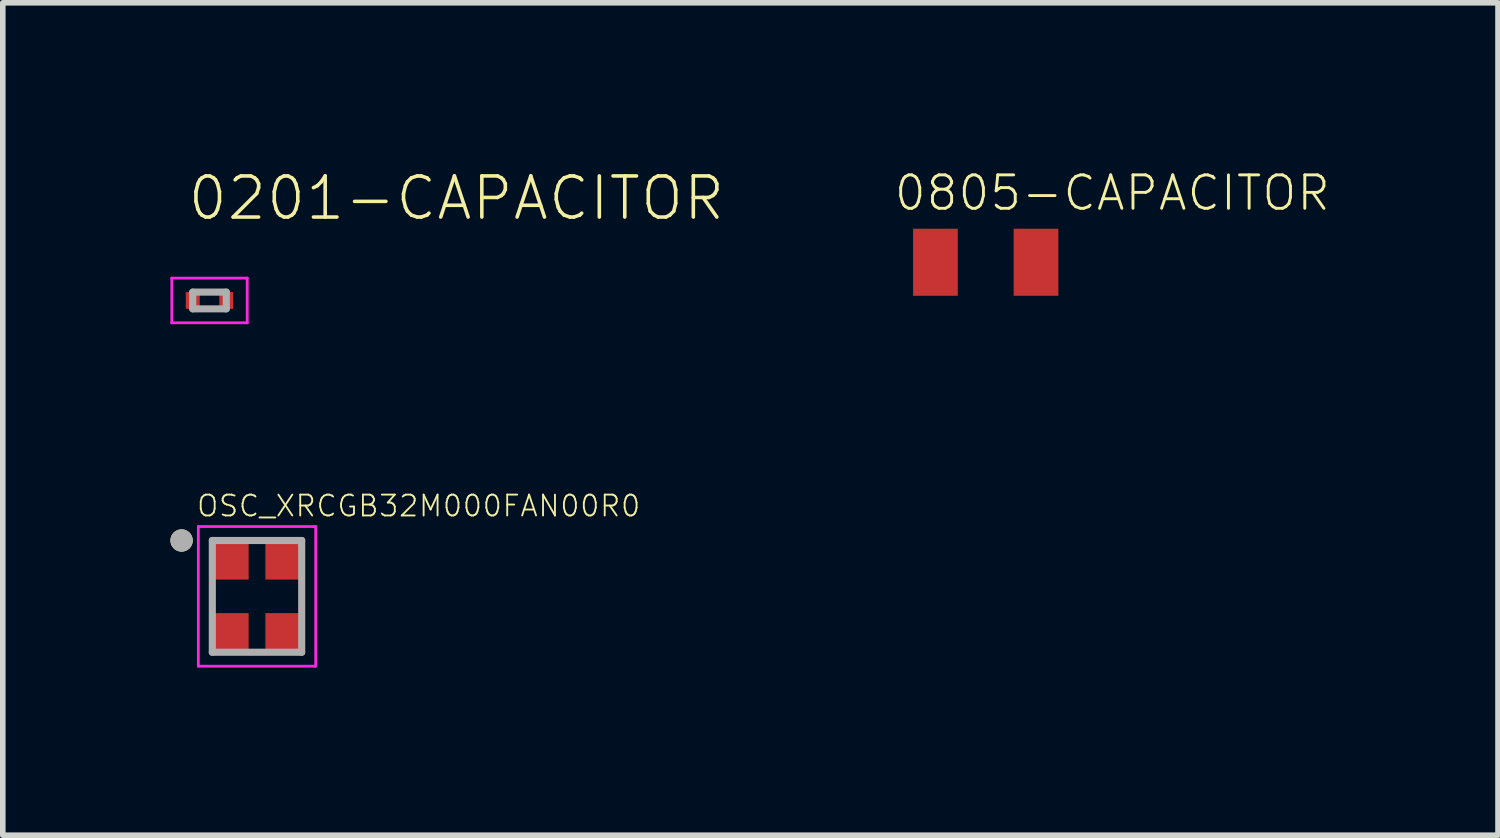
<source format=kicad_pcb>
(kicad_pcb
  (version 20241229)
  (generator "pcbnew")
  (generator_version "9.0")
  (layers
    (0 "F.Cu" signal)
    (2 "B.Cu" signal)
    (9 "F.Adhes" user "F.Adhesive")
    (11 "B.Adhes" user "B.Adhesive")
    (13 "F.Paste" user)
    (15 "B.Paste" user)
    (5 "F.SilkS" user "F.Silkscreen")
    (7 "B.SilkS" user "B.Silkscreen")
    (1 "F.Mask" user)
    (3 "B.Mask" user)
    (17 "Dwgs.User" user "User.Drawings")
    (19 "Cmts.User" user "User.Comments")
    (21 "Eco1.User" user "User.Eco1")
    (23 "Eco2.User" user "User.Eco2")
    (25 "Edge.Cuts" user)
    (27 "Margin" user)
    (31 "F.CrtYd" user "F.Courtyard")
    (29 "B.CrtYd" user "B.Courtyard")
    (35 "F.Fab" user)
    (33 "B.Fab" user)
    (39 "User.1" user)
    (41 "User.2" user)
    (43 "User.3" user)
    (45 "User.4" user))
  (footprint "0201-CAPACITOR"
    (layer "F.Cu")
    (at 0.7 2.328)
    (property "Reference" "0201-CAPACITOR" (at -0.425 -1.4 0) (unlocked yes) (layer "F.SilkS") (effects (font (size 0.736 0.736) (thickness 0.064)) (justify left bottom)))
    (fp_line (start -0.675 -0.4) (end -0.675 0.4) (stroke (width 0.05) (type solid)) (layer "F.CrtYd"))
    (fp_line (start -0.675 0.4) (end 0.675 0.4) (stroke (width 0.05) (type solid)) (layer "F.CrtYd"))
    (fp_line (start 0.675 -0.4) (end -0.675 -0.4) (stroke (width 0.05) (type solid)) (layer "F.CrtYd"))
    (fp_line (start 0.675 0.4) (end 0.675 -0.4) (stroke (width 0.05) (type solid)) (layer "F.CrtYd"))
    (fp_line (start -0.3 -0.15) (end -0.3 0.15) (stroke (width 0.127) (type solid)) (layer "F.Fab"))
    (fp_line (start -0.3 -0.15) (end 0.3 -0.15) (stroke (width 0.127) (type solid)) (layer "F.Fab"))
    (fp_line (start -0.3 0.15) (end 0.3 0.15) (stroke (width 0.127) (type solid)) (layer "F.Fab"))
    (fp_line (start 0.3 -0.15) (end 0.3 0.15) (stroke (width 0.127) (type solid)) (layer "F.Fab"))
    (pad "1" smd rect (at -0.3 0) (size 0.25 0.3) (layers "F.Cu" "F.Mask" "F.Paste"))
    (pad "2" smd rect (at 0.3 0) (size 0.25 0.3) (layers "F.Cu" "F.Mask" "F.Paste")))
  (footprint "0805-CAPACITOR"
    (layer "F.Cu")
    (at 14.593 1.644)
    (property "Reference" "0805-CAPACITOR" (at -1.67 -0.89 0) (unlocked yes) (layer "F.SilkS") (effects (font (size 0.598 0.598) (thickness 0.052)) (justify left bottom)))
    (pad "1" smd rect (at -0.9 0) (size 0.8 1.2) (layers "F.Cu" "F.Mask" "F.Paste"))
    (pad "2" smd rect (at 0.9 0) (size 0.8 1.2) (layers "F.Cu" "F.Mask" "F.Paste")))
  (footprint "OSC_XRCGB32M000FAN00R0"
    (layer "F.Cu")
    (at 1.55 7.624)
    (property "Reference" "OSC_XRCGB32M000FAN00R0" (at -1.1 -1.4 0) (unlocked yes) (layer "F.SilkS") (effects (font (size 0.374 0.374) (thickness 0.033)) (justify left bottom)))
    (fp_circle (center -1.35 -1) (end -1.25 -1) (stroke (width 0.2) (type solid)) (fill no) (layer "F.SilkS"))
    (fp_line (start -1.05 -1.25) (end 1.05 -1.25) (stroke (width 0.05) (type solid)) (layer "F.CrtYd"))
    (fp_line (start -1.05 1.25) (end -1.05 -1.25) (stroke (width 0.05) (type solid)) (layer "F.CrtYd"))
    (fp_line (start 1.05 -1.25) (end 1.05 1.25) (stroke (width 0.05) (type solid)) (layer "F.CrtYd"))
    (fp_line (start 1.05 1.25) (end -1.05 1.25) (stroke (width 0.05) (type solid)) (layer "F.CrtYd"))
    (fp_line (start -0.8 -1) (end 0.8 -1) (stroke (width 0.127) (type solid)) (layer "F.Fab"))
    (fp_line (start -0.8 1) (end -0.8 -1) (stroke (width 0.127) (type solid)) (layer "F.Fab"))
    (fp_line (start 0.8 -1) (end 0.8 1) (stroke (width 0.127) (type solid)) (layer "F.Fab"))
    (fp_line (start 0.8 1) (end -0.8 1) (stroke (width 0.127) (type solid)) (layer "F.Fab"))
    (fp_circle (center -1.35 -1) (end -1.25 -1) (stroke (width 0.2) (type solid)) (fill no) (layer "F.Fab"))
    (pad "1" smd rect (at -0.5 -0.675) (size 0.7 0.75) (layers "F.Cu" "F.Mask" "F.Paste"))
    (pad "2" smd rect (at -0.5 0.675) (size 0.7 0.75) (layers "F.Cu" "F.Mask" "F.Paste"))
    (pad "3" smd rect (at 0.5 0.675) (size 0.7 0.75) (layers "F.Cu" "F.Mask" "F.Paste"))
    (pad "4" smd rect (at 0.5 -0.675) (size 0.7 0.75) (layers "F.Cu" "F.Mask" "F.Paste")))
  (gr_rect
    (start -3 -3)
    (end 23.762 11.899)
    (stroke (width 0.1) (type default))
    (fill no)
    (layer "Edge.Cuts")))
</source>
